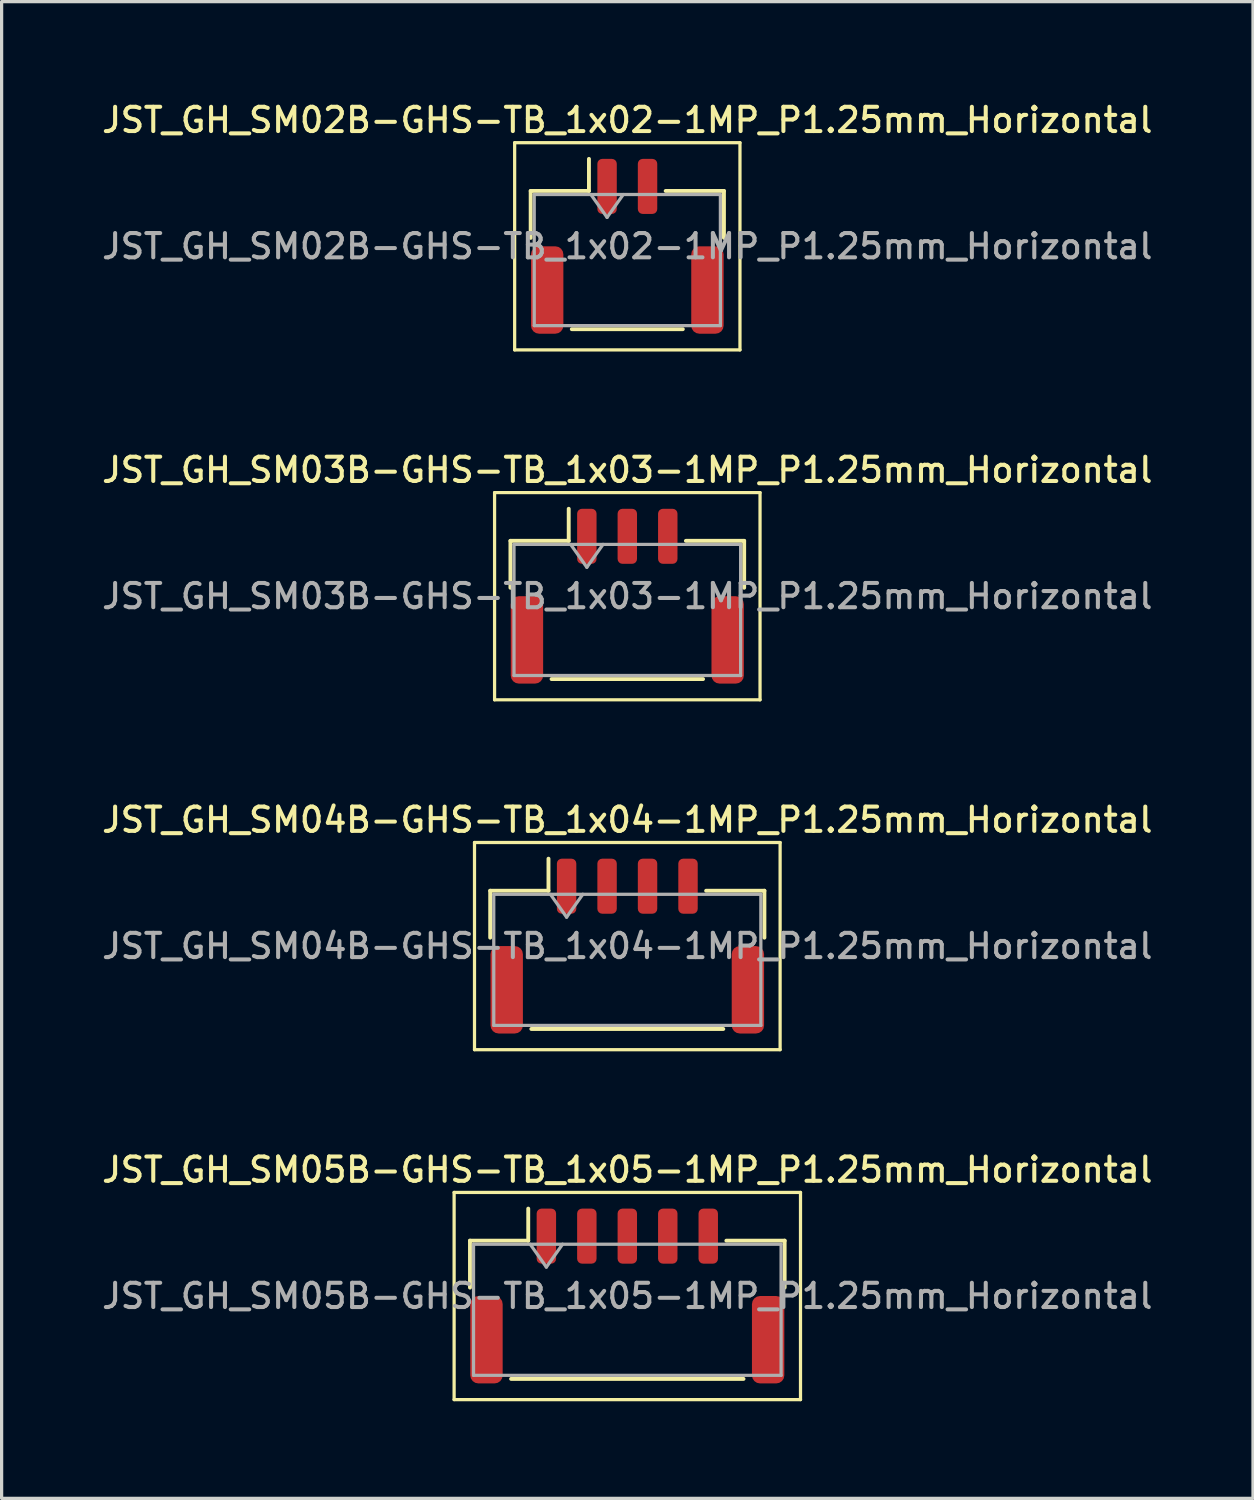
<source format=kicad_pcb>
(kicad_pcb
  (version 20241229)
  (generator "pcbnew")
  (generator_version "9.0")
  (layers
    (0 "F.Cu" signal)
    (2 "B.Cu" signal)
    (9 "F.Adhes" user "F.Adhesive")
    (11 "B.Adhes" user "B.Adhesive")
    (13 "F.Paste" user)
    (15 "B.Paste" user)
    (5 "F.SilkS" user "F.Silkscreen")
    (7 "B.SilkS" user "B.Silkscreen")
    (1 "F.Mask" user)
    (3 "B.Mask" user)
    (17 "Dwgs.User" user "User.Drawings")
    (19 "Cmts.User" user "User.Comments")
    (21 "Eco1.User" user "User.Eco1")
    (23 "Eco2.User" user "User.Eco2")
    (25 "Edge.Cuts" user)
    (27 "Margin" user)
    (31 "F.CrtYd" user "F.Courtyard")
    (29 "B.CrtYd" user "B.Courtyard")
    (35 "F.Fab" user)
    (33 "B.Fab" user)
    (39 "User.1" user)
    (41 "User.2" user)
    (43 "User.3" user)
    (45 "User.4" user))
  (footprint "JST_GH_SM05B-GHS-TB_1x05-1MP_P1.25mm_Horizontal"
    (layer "F.Cu")
    (at 16.327 36.983)
    (property "Reference" "JST_GH_SM05B-GHS-TB_1x05-1MP_P1.25mm_Horizontal" (at 0 -3.9 0) (layer "F.SilkS") (effects (font (size 0.75 0.75) (thickness 0.125))))
    (attr smd)
    (fp_line (start -5.35 -3.2) (end -5.35 3.2) (stroke (width 0.1) (type solid)) (layer "F.SilkS"))
    (fp_line (start -5.35 3.2) (end 5.35 3.2) (stroke (width 0.1) (type solid)) (layer "F.SilkS"))
    (fp_line (start -4.86 -1.71) (end -3.06 -1.71) (stroke (width 0.12) (type solid)) (layer "F.SilkS"))
    (fp_line (start -4.86 -0.26) (end -4.86 -1.71) (stroke (width 0.12) (type solid)) (layer "F.SilkS"))
    (fp_line (start -3.59 2.56) (end 3.59 2.56) (stroke (width 0.12) (type solid)) (layer "F.SilkS"))
    (fp_line (start -3.06 -1.71) (end -3.06 -2.7) (stroke (width 0.12) (type solid)) (layer "F.SilkS"))
    (fp_line (start 4.86 -1.71) (end 3.06 -1.71) (stroke (width 0.12) (type solid)) (layer "F.SilkS"))
    (fp_line (start 4.86 -0.26) (end 4.86 -1.71) (stroke (width 0.12) (type solid)) (layer "F.SilkS"))
    (fp_line (start 5.35 -3.2) (end -5.35 -3.2) (stroke (width 0.1) (type solid)) (layer "F.SilkS"))
    (fp_line (start 5.35 3.2) (end 5.35 -3.2) (stroke (width 0.1) (type solid)) (layer "F.SilkS"))
    (fp_line (start -4.75 -1.6) (end -4.75 2.45) (stroke (width 0.1) (type solid)) (layer "F.Fab"))
    (fp_line (start -4.75 -1.6) (end 4.75 -1.6) (stroke (width 0.1) (type solid)) (layer "F.Fab"))
    (fp_line (start -4.75 2.45) (end 4.75 2.45) (stroke (width 0.1) (type solid)) (layer "F.Fab"))
    (fp_line (start -3 -1.6) (end -2.5 -0.893) (stroke (width 0.1) (type solid)) (layer "F.Fab"))
    (fp_line (start -2.5 -0.893) (end -2 -1.6) (stroke (width 0.1) (type solid)) (layer "F.Fab"))
    (fp_line (start 4.75 -1.6) (end 4.75 2.45) (stroke (width 0.1) (type solid)) (layer "F.Fab"))
    (fp_text user "${REFERENCE}" (at 0 0 0) (layer "F.Fab") (effects (font (size 0.75 0.75) (thickness 0.125))))
    (pad "1" smd roundrect (at -2.5 -1.85) (size 0.6 1.7) (layers "F.Cu" "F.Mask" "F.Paste") (roundrect_rratio 0.25))
    (pad "2" smd roundrect (at -1.25 -1.85) (size 0.6 1.7) (layers "F.Cu" "F.Mask" "F.Paste") (roundrect_rratio 0.25))
    (pad "3" smd roundrect (at 0 -1.85) (size 0.6 1.7) (layers "F.Cu" "F.Mask" "F.Paste") (roundrect_rratio 0.25))
    (pad "4" smd roundrect (at 1.25 -1.85) (size 0.6 1.7) (layers "F.Cu" "F.Mask" "F.Paste") (roundrect_rratio 0.25))
    (pad "5" smd roundrect (at 2.5 -1.85) (size 0.6 1.7) (layers "F.Cu" "F.Mask" "F.Paste") (roundrect_rratio 0.25))
    (pad "MP" smd roundrect (at -4.35 1.35) (size 1 2.7) (layers "F.Cu" "F.Mask" "F.Paste") (roundrect_rratio 0.25))
    (pad "MP" smd roundrect (at 4.35 1.35) (size 1 2.7) (layers "F.Cu" "F.Mask" "F.Paste") (roundrect_rratio 0.25)))
  (footprint "JST_GH_SM04B-GHS-TB_1x04-1MP_P1.25mm_Horizontal"
    (layer "F.Cu")
    (at 16.327 26.174)
    (property "Reference" "JST_GH_SM04B-GHS-TB_1x04-1MP_P1.25mm_Horizontal" (at 0 -3.9 0) (layer "F.SilkS") (effects (font (size 0.75 0.75) (thickness 0.125))))
    (attr smd)
    (fp_line (start -4.72 -3.2) (end -4.72 3.2) (stroke (width 0.1) (type solid)) (layer "F.SilkS"))
    (fp_line (start -4.72 3.2) (end 4.72 3.2) (stroke (width 0.1) (type solid)) (layer "F.SilkS"))
    (fp_line (start -4.235 -1.71) (end -2.435 -1.71) (stroke (width 0.12) (type solid)) (layer "F.SilkS"))
    (fp_line (start -4.235 -0.26) (end -4.235 -1.71) (stroke (width 0.12) (type solid)) (layer "F.SilkS"))
    (fp_line (start -2.965 2.56) (end 2.965 2.56) (stroke (width 0.12) (type solid)) (layer "F.SilkS"))
    (fp_line (start -2.435 -1.71) (end -2.435 -2.7) (stroke (width 0.12) (type solid)) (layer "F.SilkS"))
    (fp_line (start 4.235 -1.71) (end 2.435 -1.71) (stroke (width 0.12) (type solid)) (layer "F.SilkS"))
    (fp_line (start 4.235 -0.26) (end 4.235 -1.71) (stroke (width 0.12) (type solid)) (layer "F.SilkS"))
    (fp_line (start 4.72 -3.2) (end -4.72 -3.2) (stroke (width 0.1) (type solid)) (layer "F.SilkS"))
    (fp_line (start 4.72 3.2) (end 4.72 -3.2) (stroke (width 0.1) (type solid)) (layer "F.SilkS"))
    (fp_line (start -4.125 -1.6) (end -4.125 2.45) (stroke (width 0.1) (type solid)) (layer "F.Fab"))
    (fp_line (start -4.125 -1.6) (end 4.125 -1.6) (stroke (width 0.1) (type solid)) (layer "F.Fab"))
    (fp_line (start -4.125 2.45) (end 4.125 2.45) (stroke (width 0.1) (type solid)) (layer "F.Fab"))
    (fp_line (start -2.375 -1.6) (end -1.875 -0.893) (stroke (width 0.1) (type solid)) (layer "F.Fab"))
    (fp_line (start -1.875 -0.893) (end -1.375 -1.6) (stroke (width 0.1) (type solid)) (layer "F.Fab"))
    (fp_line (start 4.125 -1.6) (end 4.125 2.45) (stroke (width 0.1) (type solid)) (layer "F.Fab"))
    (fp_text user "${REFERENCE}" (at 0 0 0) (layer "F.Fab") (effects (font (size 0.75 0.75) (thickness 0.125))))
    (pad "1" smd roundrect (at -1.875 -1.85) (size 0.6 1.7) (layers "F.Cu" "F.Mask" "F.Paste") (roundrect_rratio 0.25))
    (pad "2" smd roundrect (at -0.625 -1.85) (size 0.6 1.7) (layers "F.Cu" "F.Mask" "F.Paste") (roundrect_rratio 0.25))
    (pad "3" smd roundrect (at 0.625 -1.85) (size 0.6 1.7) (layers "F.Cu" "F.Mask" "F.Paste") (roundrect_rratio 0.25))
    (pad "4" smd roundrect (at 1.875 -1.85) (size 0.6 1.7) (layers "F.Cu" "F.Mask" "F.Paste") (roundrect_rratio 0.25))
    (pad "MP" smd roundrect (at -3.725 1.35) (size 1 2.7) (layers "F.Cu" "F.Mask" "F.Paste") (roundrect_rratio 0.25))
    (pad "MP" smd roundrect (at 3.725 1.35) (size 1 2.7) (layers "F.Cu" "F.Mask" "F.Paste") (roundrect_rratio 0.25)))
  (footprint "JST_GH_SM03B-GHS-TB_1x03-1MP_P1.25mm_Horizontal"
    (layer "F.Cu")
    (at 16.327 15.366)
    (property "Reference" "JST_GH_SM03B-GHS-TB_1x03-1MP_P1.25mm_Horizontal" (at 0 -3.9 0) (layer "F.SilkS") (effects (font (size 0.75 0.75) (thickness 0.125))))
    (attr smd)
    (fp_line (start -4.1 -3.2) (end -4.1 3.2) (stroke (width 0.1) (type solid)) (layer "F.SilkS"))
    (fp_line (start -4.1 3.2) (end 4.1 3.2) (stroke (width 0.1) (type solid)) (layer "F.SilkS"))
    (fp_line (start -3.61 -1.71) (end -1.81 -1.71) (stroke (width 0.12) (type solid)) (layer "F.SilkS"))
    (fp_line (start -3.61 -0.26) (end -3.61 -1.71) (stroke (width 0.12) (type solid)) (layer "F.SilkS"))
    (fp_line (start -2.34 2.56) (end 2.34 2.56) (stroke (width 0.12) (type solid)) (layer "F.SilkS"))
    (fp_line (start -1.81 -1.71) (end -1.81 -2.7) (stroke (width 0.12) (type solid)) (layer "F.SilkS"))
    (fp_line (start 3.61 -1.71) (end 1.81 -1.71) (stroke (width 0.12) (type solid)) (layer "F.SilkS"))
    (fp_line (start 3.61 -0.26) (end 3.61 -1.71) (stroke (width 0.12) (type solid)) (layer "F.SilkS"))
    (fp_line (start 4.1 -3.2) (end -4.1 -3.2) (stroke (width 0.1) (type solid)) (layer "F.SilkS"))
    (fp_line (start 4.1 3.2) (end 4.1 -3.2) (stroke (width 0.1) (type solid)) (layer "F.SilkS"))
    (fp_line (start -3.5 -1.6) (end -3.5 2.45) (stroke (width 0.1) (type solid)) (layer "F.Fab"))
    (fp_line (start -3.5 -1.6) (end 3.5 -1.6) (stroke (width 0.1) (type solid)) (layer "F.Fab"))
    (fp_line (start -3.5 2.45) (end 3.5 2.45) (stroke (width 0.1) (type solid)) (layer "F.Fab"))
    (fp_line (start -1.75 -1.6) (end -1.25 -0.893) (stroke (width 0.1) (type solid)) (layer "F.Fab"))
    (fp_line (start -1.25 -0.893) (end -0.75 -1.6) (stroke (width 0.1) (type solid)) (layer "F.Fab"))
    (fp_line (start 3.5 -1.6) (end 3.5 2.45) (stroke (width 0.1) (type solid)) (layer "F.Fab"))
    (fp_text user "${REFERENCE}" (at 0 0 0) (layer "F.Fab") (effects (font (size 0.75 0.75) (thickness 0.125))))
    (pad "1" smd roundrect (at -1.25 -1.85) (size 0.6 1.7) (layers "F.Cu" "F.Mask" "F.Paste") (roundrect_rratio 0.25))
    (pad "2" smd roundrect (at 0 -1.85) (size 0.6 1.7) (layers "F.Cu" "F.Mask" "F.Paste") (roundrect_rratio 0.25))
    (pad "3" smd roundrect (at 1.25 -1.85) (size 0.6 1.7) (layers "F.Cu" "F.Mask" "F.Paste") (roundrect_rratio 0.25))
    (pad "MP" smd roundrect (at -3.1 1.35) (size 1 2.7) (layers "F.Cu" "F.Mask" "F.Paste") (roundrect_rratio 0.25))
    (pad "MP" smd roundrect (at 3.1 1.35) (size 1 2.7) (layers "F.Cu" "F.Mask" "F.Paste") (roundrect_rratio 0.25)))
  (footprint "JST_GH_SM02B-GHS-TB_1x02-1MP_P1.25mm_Horizontal"
    (layer "F.Cu")
    (at 16.327 4.558)
    (property "Reference" "JST_GH_SM02B-GHS-TB_1x02-1MP_P1.25mm_Horizontal" (at 0 -3.9 0) (layer "F.SilkS") (effects (font (size 0.75 0.75) (thickness 0.125))))
    (attr smd)
    (fp_line (start -3.48 -3.2) (end -3.48 3.2) (stroke (width 0.1) (type solid)) (layer "F.SilkS"))
    (fp_line (start -3.48 3.2) (end 3.48 3.2) (stroke (width 0.1) (type solid)) (layer "F.SilkS"))
    (fp_line (start -2.985 -1.71) (end -1.185 -1.71) (stroke (width 0.12) (type solid)) (layer "F.SilkS"))
    (fp_line (start -2.985 -0.26) (end -2.985 -1.71) (stroke (width 0.12) (type solid)) (layer "F.SilkS"))
    (fp_line (start -1.715 2.56) (end 1.715 2.56) (stroke (width 0.12) (type solid)) (layer "F.SilkS"))
    (fp_line (start -1.185 -1.71) (end -1.185 -2.7) (stroke (width 0.12) (type solid)) (layer "F.SilkS"))
    (fp_line (start 2.985 -1.71) (end 1.185 -1.71) (stroke (width 0.12) (type solid)) (layer "F.SilkS"))
    (fp_line (start 2.985 -0.26) (end 2.985 -1.71) (stroke (width 0.12) (type solid)) (layer "F.SilkS"))
    (fp_line (start 3.48 -3.2) (end -3.48 -3.2) (stroke (width 0.1) (type solid)) (layer "F.SilkS"))
    (fp_line (start 3.48 3.2) (end 3.48 -3.2) (stroke (width 0.1) (type solid)) (layer "F.SilkS"))
    (fp_line (start -2.875 -1.6) (end -2.875 2.45) (stroke (width 0.1) (type solid)) (layer "F.Fab"))
    (fp_line (start -2.875 -1.6) (end 2.875 -1.6) (stroke (width 0.1) (type solid)) (layer "F.Fab"))
    (fp_line (start -2.875 2.45) (end 2.875 2.45) (stroke (width 0.1) (type solid)) (layer "F.Fab"))
    (fp_line (start -1.125 -1.6) (end -0.625 -0.893) (stroke (width 0.1) (type solid)) (layer "F.Fab"))
    (fp_line (start -0.625 -0.893) (end -0.125 -1.6) (stroke (width 0.1) (type solid)) (layer "F.Fab"))
    (fp_line (start 2.875 -1.6) (end 2.875 2.45) (stroke (width 0.1) (type solid)) (layer "F.Fab"))
    (fp_text user "${REFERENCE}" (at 0 0 0) (layer "F.Fab") (effects (font (size 0.75 0.75) (thickness 0.125))))
    (pad "1" smd roundrect (at -0.625 -1.85) (size 0.6 1.7) (layers "F.Cu" "F.Mask" "F.Paste") (roundrect_rratio 0.25))
    (pad "2" smd roundrect (at 0.625 -1.85) (size 0.6 1.7) (layers "F.Cu" "F.Mask" "F.Paste") (roundrect_rratio 0.25))
    (pad "MP" smd roundrect (at -2.475 1.35) (size 1 2.7) (layers "F.Cu" "F.Mask" "F.Paste") (roundrect_rratio 0.25))
    (pad "MP" smd roundrect (at 2.475 1.35) (size 1 2.7) (layers "F.Cu" "F.Mask" "F.Paste") (roundrect_rratio 0.25)))
  (gr_rect
    (start -3 -3)
    (end 35.654 43.233)
    (stroke (width 0.1) (type default))
    (fill no)
    (layer "Edge.Cuts")))
</source>
